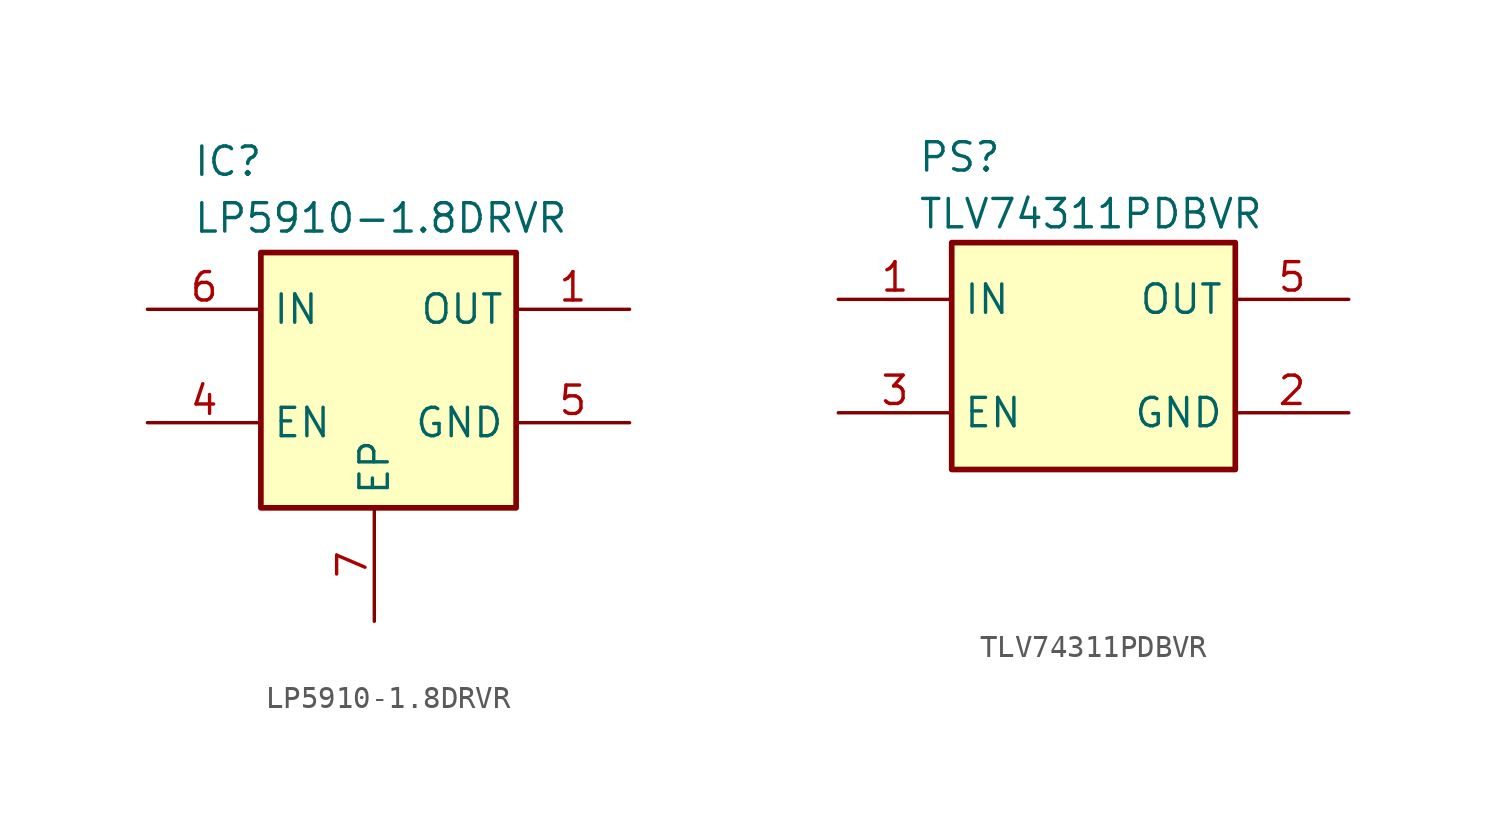
<source format=kicad_sym>
(kicad_symbol_lib
  (version 20241209)
  (generator "kicad_symbol_editor")
  (generator_version "9.0")
  (symbol "LP5910-1.8DRVR"
    (property "Reference" "IC"
      (at -8.128 4.826 0)
      (effects (font (size 1.27 1.27)) (justify left top)))
    (property "Value" "LP5910-1.8DRVR"
      (at -8.128 2.286 0)
      (effects (font (size 1.27 1.27)) (justify left top)))
    (symbol "LP5910-1.8DRVR_1_1"
      (rectangle (start -5.08 0) (end 6.35 -11.43) (stroke (width 0.254) (type default)) (fill (type background)))
      (pin passive line (at -10.16 -2.54 0) (length 5.08) (name "IN" (effects (font (size 1.27 1.27)))) (number "6" (effects (font (size 1.27 1.27)))))
      (pin passive line (at -10.16 -7.62 0) (length 5.08) (name "EN" (effects (font (size 1.27 1.27)))) (number "4" (effects (font (size 1.27 1.27)))))
      (pin passive line (at 0 -16.51 90) (length 5.08) (name "EP" (effects (font (size 1.27 1.27)))) (number "7" (effects (font (size 1.27 1.27)))))
      (pin no_connect line (at 3.81 -16.51 90) (length 5.08) (hide yes) (name "NC_1" (effects (font (size 1.27 1.27)))) (number "2" (effects (font (size 1.27 1.27)))))
      (pin no_connect line (at 3.81 -16.51 90) (length 5.08) (hide yes) (name "NC_2" (effects (font (size 1.27 1.27)))) (number "3" (effects (font (size 1.27 1.27)))))
      (pin passive line (at 11.43 -2.54 180) (length 5.08) (name "OUT" (effects (font (size 1.27 1.27)))) (number "1" (effects (font (size 1.27 1.27)))))
      (pin passive line (at 11.43 -7.62 180) (length 5.08) (name "GND" (effects (font (size 1.27 1.27)))) (number "5" (effects (font (size 1.27 1.27)))))))
  (symbol "TLV74311PDBVR"
    (property "Reference" "PS"
      (at -7.874 4.572 0)
      (effects (font (size 1.27 1.27)) (justify left top)))
    (property "Value" "TLV74311PDBVR"
      (at -7.874 2.032 0)
      (effects (font (size 1.27 1.27)) (justify left top)))
    (symbol "TLV74311PDBVR_1_1"
      (rectangle (start -6.35 0) (end 6.35 -10.16) (stroke (width 0.254) (type default)) (fill (type background)))
      (pin power_in line (at -11.43 -2.54 0) (length 5.08) (name "IN" (effects (font (size 1.27 1.27)))) (number "1" (effects (font (size 1.27 1.27)))))
      (pin input line (at -11.43 -7.62 0) (length 5.08) (name "EN" (effects (font (size 1.27 1.27)))) (number "3" (effects (font (size 1.27 1.27)))))
      (pin no_connect line (at 1.27 -15.24 90) (length 5.08) (hide yes) (name "NC" (effects (font (size 1.27 1.27)))) (number "4" (effects (font (size 1.27 1.27)))))
      (pin output line (at 11.43 -2.54 180) (length 5.08) (name "OUT" (effects (font (size 1.27 1.27)))) (number "5" (effects (font (size 1.27 1.27)))))
      (pin power_in line (at 11.43 -7.62 180) (length 5.08) (name "GND" (effects (font (size 1.27 1.27)))) (number "2" (effects (font (size 1.27 1.27))))))))
</source>
